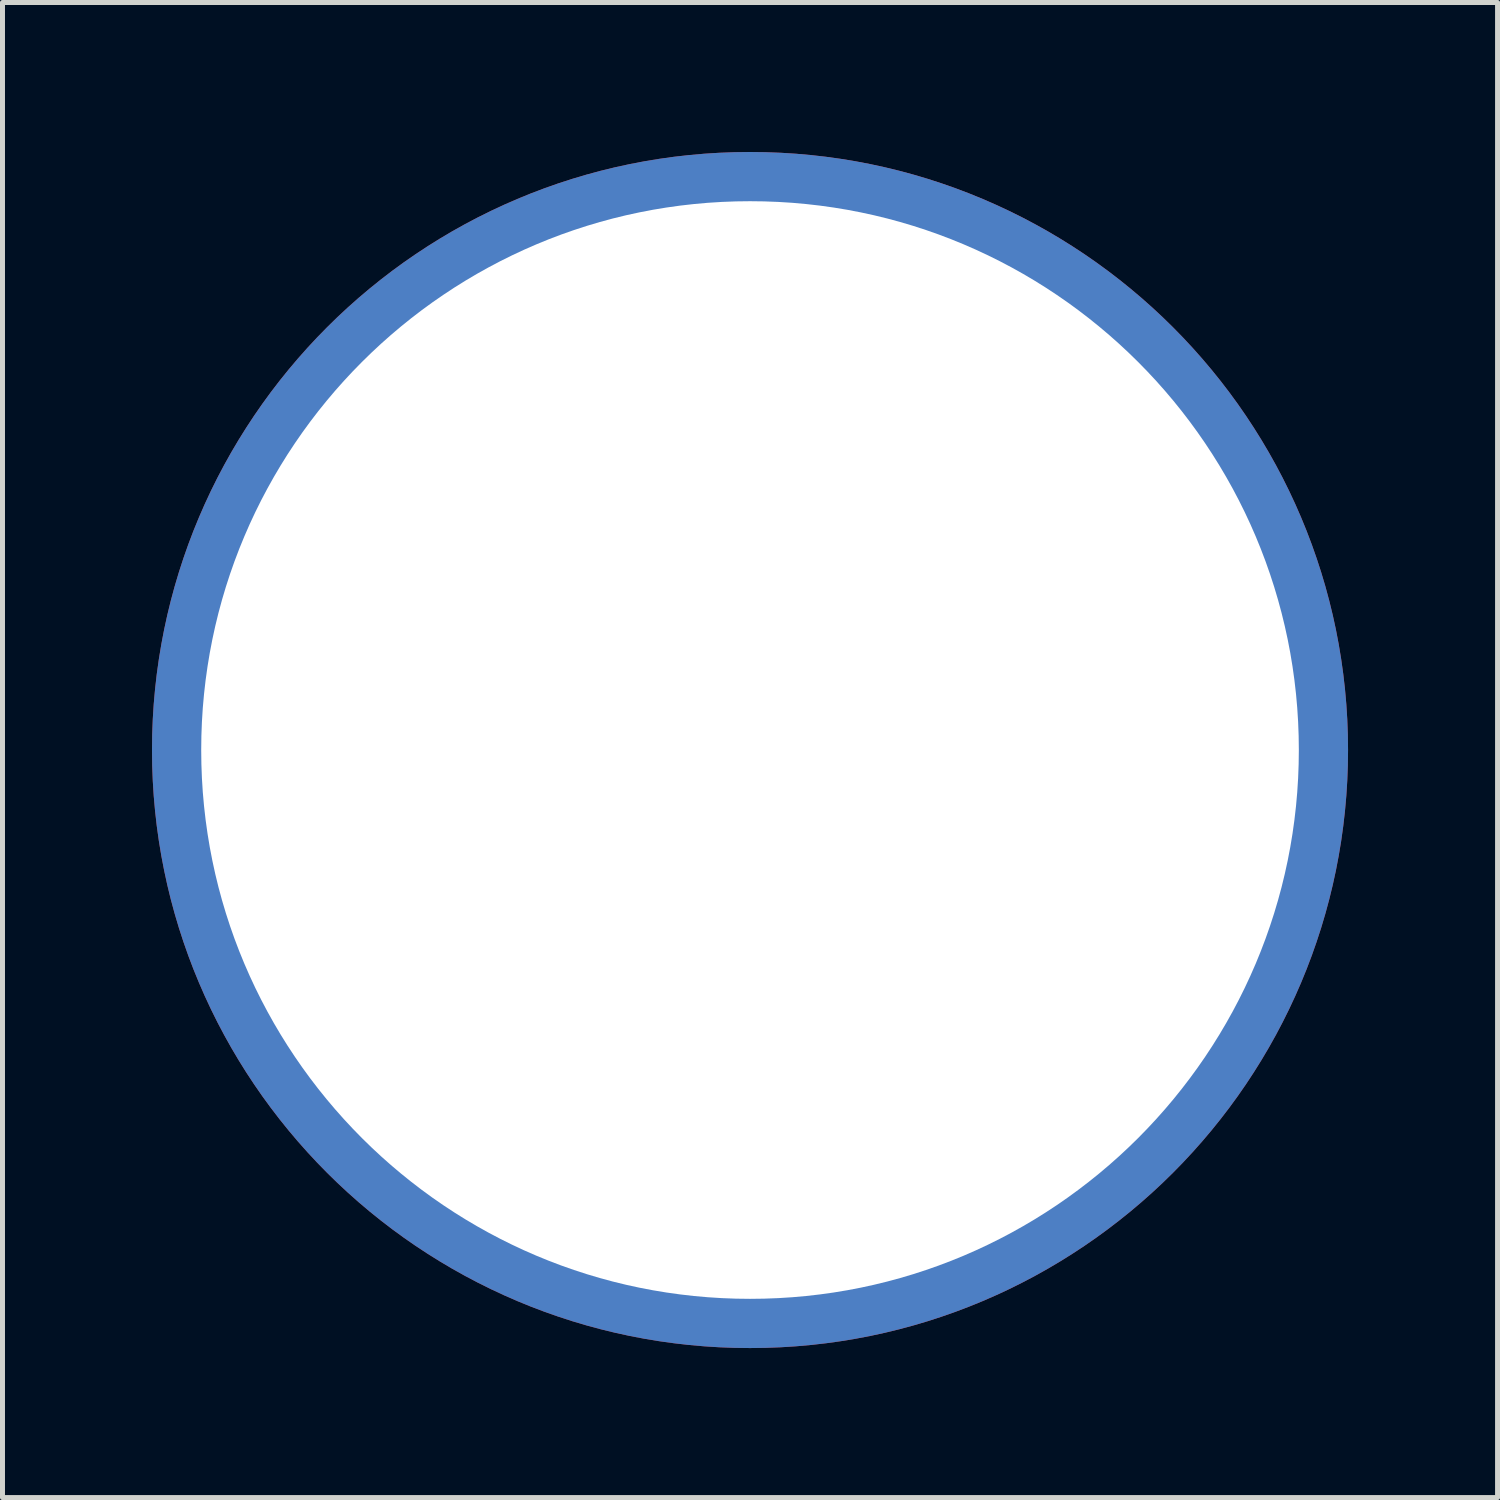
<source format=kicad_pcb>
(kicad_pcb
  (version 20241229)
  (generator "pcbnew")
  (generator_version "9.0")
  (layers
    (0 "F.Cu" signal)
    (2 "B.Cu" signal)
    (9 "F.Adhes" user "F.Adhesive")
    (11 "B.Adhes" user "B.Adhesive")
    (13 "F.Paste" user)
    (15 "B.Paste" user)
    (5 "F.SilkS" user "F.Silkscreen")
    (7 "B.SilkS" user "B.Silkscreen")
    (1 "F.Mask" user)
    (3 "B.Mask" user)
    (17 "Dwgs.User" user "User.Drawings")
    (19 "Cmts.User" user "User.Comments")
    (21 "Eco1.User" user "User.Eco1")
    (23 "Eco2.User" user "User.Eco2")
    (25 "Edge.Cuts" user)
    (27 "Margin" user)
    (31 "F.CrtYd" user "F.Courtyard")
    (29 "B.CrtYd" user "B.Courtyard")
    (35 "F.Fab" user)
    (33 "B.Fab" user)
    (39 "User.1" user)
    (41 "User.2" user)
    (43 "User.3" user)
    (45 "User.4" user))
  (footprint "Pin_Header_Straight_1x01"
    (layer "F.Cu")
    (at 12 12)
    (property "Reference" "Pin_Header_Straight_1x01" (at -0.6 -0.5 0) (layer "F.SilkS") (effects (font (size 0.127 0.127) (thickness 0.032))))
    (attr through_hole)
    (pad "1" thru_hole circle (at 0 0) (size 24 24) (drill 22.025) (layers "*.Cu" "*.Mask")))
  (gr_rect
    (start -3 -3)
    (end 27 27)
    (stroke (width 0.1) (type default))
    (fill no)
    (layer "Edge.Cuts")))
</source>
